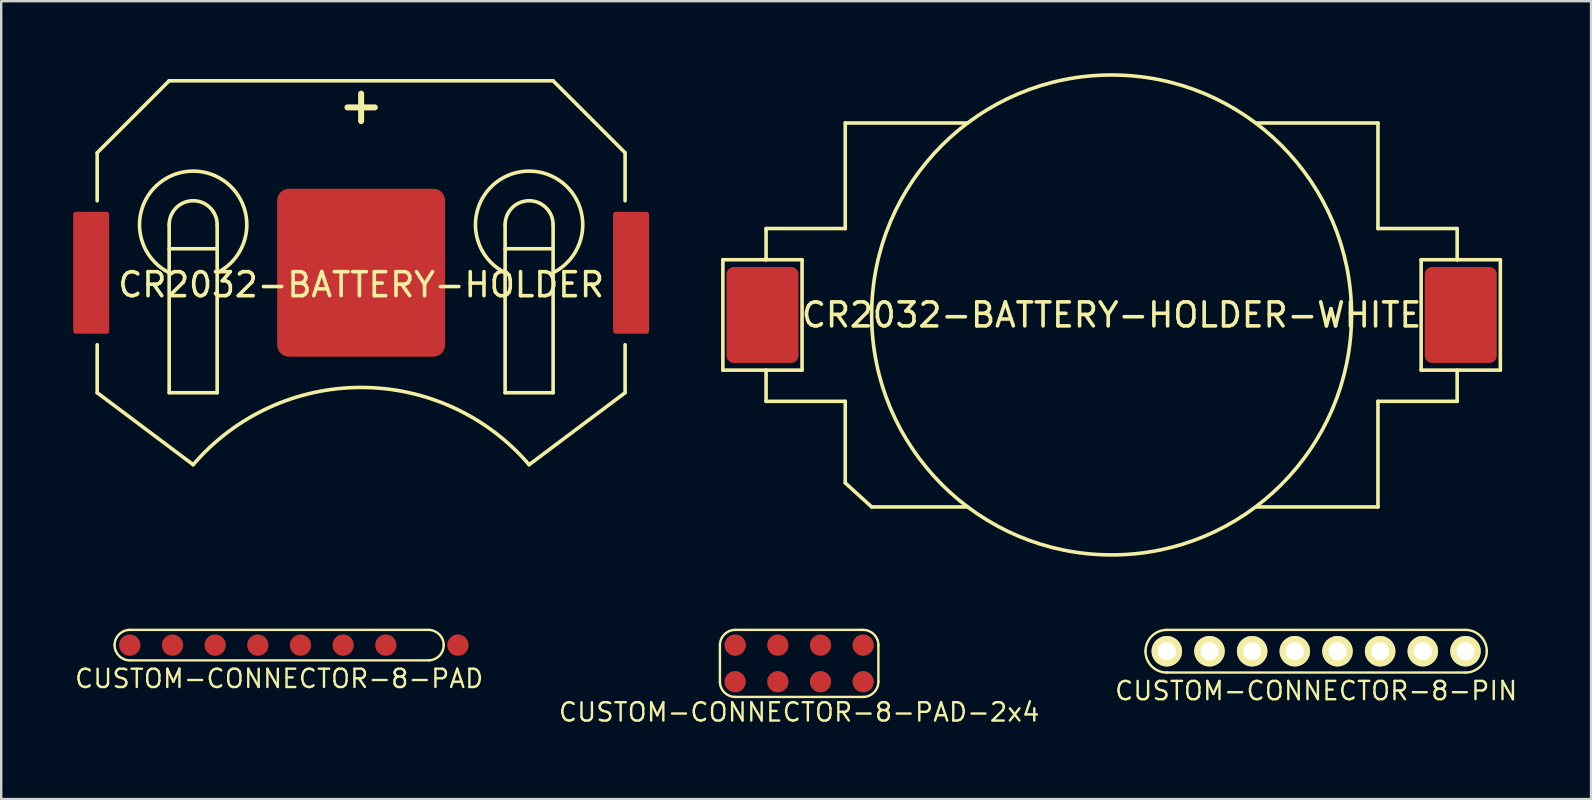
<source format=kicad_pcb>
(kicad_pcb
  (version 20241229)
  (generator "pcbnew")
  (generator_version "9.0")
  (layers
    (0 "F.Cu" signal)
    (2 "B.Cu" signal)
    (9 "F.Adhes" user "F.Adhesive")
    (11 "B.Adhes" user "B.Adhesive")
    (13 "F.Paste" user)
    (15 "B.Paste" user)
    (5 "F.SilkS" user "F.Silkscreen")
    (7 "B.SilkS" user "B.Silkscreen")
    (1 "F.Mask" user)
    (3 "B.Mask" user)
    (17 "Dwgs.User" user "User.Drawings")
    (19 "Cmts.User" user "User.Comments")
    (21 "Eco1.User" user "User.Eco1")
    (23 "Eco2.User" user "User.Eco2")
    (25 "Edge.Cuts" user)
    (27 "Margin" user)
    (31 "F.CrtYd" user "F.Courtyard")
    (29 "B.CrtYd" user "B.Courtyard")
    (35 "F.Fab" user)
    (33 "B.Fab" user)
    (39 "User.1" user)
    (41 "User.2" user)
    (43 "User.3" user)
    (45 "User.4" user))
  (footprint "CUSTOM-CONNECTOR-8-PAD"
    (layer "F.Cu")
    (at 8.583 23.835)
    (property "Reference" "CUSTOM-CONNECTOR-8-PAD" (at 0 1.397 0) (layer "F.SilkS") (effects (font (size 0.762 0.762) (thickness 0.1))))
    (attr through_hole)
    (fp_line (start -6.223 -0.635) (end 6.223 -0.635) (stroke (width 0.1) (type solid)) (layer "F.SilkS"))
    (fp_line (start 6.223 0.635) (end -6.223 0.635) (stroke (width 0.1) (type solid)) (layer "F.SilkS"))
    (fp_arc (start -6.858 0) (mid -6.672013 -0.449013) (end -6.223 -0.635) (stroke (width 0.1) (type solid)) (layer "F.SilkS"))
    (fp_arc (start -6.223 0.635) (mid -6.672013 0.449013) (end -6.858 0) (stroke (width 0.1) (type solid)) (layer "F.SilkS"))
    (fp_arc (start 6.223 -0.635) (mid 6.672013 -0.449013) (end 6.858 0) (stroke (width 0.1) (type solid)) (layer "F.SilkS"))
    (fp_arc (start 6.858 0) (mid 6.672013 0.449013) (end 6.223 0.635) (stroke (width 0.1) (type solid)) (layer "F.SilkS"))
    (pad "1" smd circle (at -6.224 0) (size 0.889 0.889) (layers "F.Cu" "F.Mask" "F.Paste"))
    (pad "2" smd circle (at -4.445 0) (size 0.889 0.889) (layers "F.Cu" "F.Mask" "F.Paste"))
    (pad "3" smd circle (at -2.667 0) (size 0.889 0.889) (layers "F.Cu" "F.Mask" "F.Paste"))
    (pad "4" smd circle (at -0.889 0) (size 0.889 0.889) (layers "F.Cu" "F.Mask" "F.Paste"))
    (pad "5" smd circle (at 0.889 0) (size 0.889 0.889) (layers "F.Cu" "F.Mask" "F.Paste"))
    (pad "6" smd circle (at 2.667 0) (size 0.889 0.889) (layers "F.Cu" "F.Mask" "F.Paste"))
    (pad "7" smd circle (at 4.446 0) (size 0.889 0.889) (layers "F.Cu" "F.Mask" "F.Paste"))
    (pad "8" smd circle (at 7.45 0) (size 0.889 0.889) (layers "F.Cu" "F.Mask" "F.Paste")))
  (footprint "CR2032-BATTERY-HOLDER"
    (layer "F.Cu")
    (at 12 8.316)
    (property "Reference" "CR2032-BATTERY-HOLDER" (at 0 0.5 0) (layer "F.SilkS") (effects (font (size 1 1) (thickness 0.15))))
    (attr through_hole)
    (fp_line (start -11 -5) (end -8 -8) (stroke (width 0.15) (type solid)) (layer "F.SilkS"))
    (fp_line (start -11 -3) (end -11 -5) (stroke (width 0.15) (type solid)) (layer "F.SilkS"))
    (fp_line (start -11 5) (end -11 3) (stroke (width 0.15) (type solid)) (layer "F.SilkS"))
    (fp_line (start -11 5) (end -7 8) (stroke (width 0.15) (type solid)) (layer "F.SilkS"))
    (fp_line (start -8 -8) (end 8 -8) (stroke (width 0.15) (type solid)) (layer "F.SilkS"))
    (fp_line (start -8 -2) (end -8 5) (stroke (width 0.15) (type solid)) (layer "F.SilkS"))
    (fp_line (start -8 -1) (end -6 -1) (stroke (width 0.15) (type solid)) (layer "F.SilkS"))
    (fp_line (start -8 5) (end -6 5) (stroke (width 0.15) (type solid)) (layer "F.SilkS"))
    (fp_line (start -6 5) (end -6 -2) (stroke (width 0.15) (type solid)) (layer "F.SilkS"))
    (fp_line (start 6 -2) (end 6 5) (stroke (width 0.15) (type solid)) (layer "F.SilkS"))
    (fp_line (start 6 -1) (end 8 -1) (stroke (width 0.15) (type solid)) (layer "F.SilkS"))
    (fp_line (start 6 5) (end 8 5) (stroke (width 0.15) (type solid)) (layer "F.SilkS"))
    (fp_line (start 8 5) (end 8 -2) (stroke (width 0.15) (type solid)) (layer "F.SilkS"))
    (fp_line (start 11 -5) (end 8 -8) (stroke (width 0.15) (type solid)) (layer "F.SilkS"))
    (fp_line (start 11 -5) (end 11 -3) (stroke (width 0.15) (type solid)) (layer "F.SilkS"))
    (fp_line (start 11 5) (end 7 8) (stroke (width 0.15) (type solid)) (layer "F.SilkS"))
    (fp_line (start 11 5) (end 11 3) (stroke (width 0.15) (type solid)) (layer "F.SilkS"))
    (fp_arc (start -8 -2) (mid -7 -3) (end -6 -2) (stroke (width 0.15) (type solid)) (layer "F.SilkS"))
    (fp_arc (start -7.999999 0) (mid -6.999999 -4.236066) (end -6 0) (stroke (width 0.15) (type solid)) (layer "F.SilkS"))
    (fp_arc (start -6.999999 8.000001) (mid 0 4.780457) (end 6.999999 8.000001) (stroke (width 0.15) (type solid)) (layer "F.SilkS"))
    (fp_arc (start 6 -2) (mid 7 -3) (end 8 -2) (stroke (width 0.15) (type solid)) (layer "F.SilkS"))
    (fp_arc (start 6 -0.000001) (mid 7 -4.236067) (end 7.999999 -0.000001) (stroke (width 0.15) (type solid)) (layer "F.SilkS"))
    (fp_text user "+" (at 0 -7 0) (layer "F.SilkS") (effects (font (size 1.5 1.5) (thickness 0.25))))
    (pad "1" smd roundrect (at -11.25 0) (size 1.5 5.08) (layers "F.Cu" "F.Mask" "F.Paste") (roundrect_rratio 0.07))
    (pad "1" smd roundrect (at 11.25 0) (size 1.5 5.08) (layers "F.Cu" "F.Mask" "F.Paste") (roundrect_rratio 0.07))
    (pad "2" smd roundrect (at 0 0) (size 7 7) (layers "F.Cu" "F.Mask") (roundrect_rratio 0.07)))
  (footprint "CR2032-BATTERY-HOLDER-WHITE"
    (layer "F.Cu")
    (at 43.275 10.075)
    (property "Reference" "CR2032-BATTERY-HOLDER-WHITE" (at 0 0 0) (layer "F.SilkS") (effects (font (size 1 1) (thickness 0.15))))
    (attr through_hole)
    (fp_line (start -16.2 -2.3) (end -16.2 2.3) (stroke (width 0.15) (type solid)) (layer "F.SilkS"))
    (fp_line (start -16.2 2.3) (end -12.9 2.3) (stroke (width 0.15) (type solid)) (layer "F.SilkS"))
    (fp_line (start -14.4 -2.3) (end -16.2 -2.3) (stroke (width 0.15) (type solid)) (layer "F.SilkS"))
    (fp_line (start -14.4 -2.3) (end -14.4 -3.6) (stroke (width 0.15) (type solid)) (layer "F.SilkS"))
    (fp_line (start -14.4 3.6) (end -14.4 2.3) (stroke (width 0.15) (type solid)) (layer "F.SilkS"))
    (fp_line (start -14.4 3.6) (end -11.1 3.6) (stroke (width 0.15) (type solid)) (layer "F.SilkS"))
    (fp_line (start -12.9 -2.3) (end -14.4 -2.3) (stroke (width 0.15) (type solid)) (layer "F.SilkS"))
    (fp_line (start -12.9 2.3) (end -12.9 -2.3) (stroke (width 0.15) (type solid)) (layer "F.SilkS"))
    (fp_line (start -11.1 -8) (end -11.1 -3.6) (stroke (width 0.15) (type solid)) (layer "F.SilkS"))
    (fp_line (start -11.1 -8) (end -6 -8) (stroke (width 0.15) (type solid)) (layer "F.SilkS"))
    (fp_line (start -11.1 -3.6) (end -14.4 -3.6) (stroke (width 0.15) (type solid)) (layer "F.SilkS"))
    (fp_line (start -11.1 3.6) (end -11.1 7) (stroke (width 0.15) (type solid)) (layer "F.SilkS"))
    (fp_line (start -11.1 7) (end -10 8) (stroke (width 0.15) (type solid)) (layer "F.SilkS"))
    (fp_line (start -10 8) (end -6 8) (stroke (width 0.15) (type solid)) (layer "F.SilkS"))
    (fp_line (start 11.1 -8) (end 6 -8) (stroke (width 0.15) (type solid)) (layer "F.SilkS"))
    (fp_line (start 11.1 -8) (end 11.1 -3.6) (stroke (width 0.15) (type solid)) (layer "F.SilkS"))
    (fp_line (start 11.1 -3.6) (end 14.4 -3.6) (stroke (width 0.15) (type solid)) (layer "F.SilkS"))
    (fp_line (start 11.1 3.6) (end 14.4 3.6) (stroke (width 0.15) (type solid)) (layer "F.SilkS"))
    (fp_line (start 11.1 8) (end 6 8) (stroke (width 0.15) (type solid)) (layer "F.SilkS"))
    (fp_line (start 11.1 8) (end 11.1 3.6) (stroke (width 0.15) (type solid)) (layer "F.SilkS"))
    (fp_line (start 12.9 -2.3) (end 14.4 -2.3) (stroke (width 0.15) (type solid)) (layer "F.SilkS"))
    (fp_line (start 12.9 2.3) (end 12.9 -2.3) (stroke (width 0.15) (type solid)) (layer "F.SilkS"))
    (fp_line (start 14.4 -3.6) (end 14.4 -2.3) (stroke (width 0.15) (type solid)) (layer "F.SilkS"))
    (fp_line (start 14.4 -2.3) (end 16.2 -2.3) (stroke (width 0.15) (type solid)) (layer "F.SilkS"))
    (fp_line (start 14.4 3.6) (end 14.4 2.3) (stroke (width 0.15) (type solid)) (layer "F.SilkS"))
    (fp_line (start 16.2 -2.3) (end 16.2 2.3) (stroke (width 0.15) (type solid)) (layer "F.SilkS"))
    (fp_line (start 16.2 2.3) (end 12.9 2.3) (stroke (width 0.15) (type solid)) (layer "F.SilkS"))
    (fp_circle (center 0 0) (end 0 -10) (stroke (width 0.15) (type solid)) (fill no) (layer "F.SilkS"))
    (pad "1" smd roundrect (at -14.55 0) (size 3 4) (layers "F.Cu" "F.Mask" "F.Paste") (roundrect_rratio 0.1))
    (pad "2" smd roundrect (at 14.55 0) (size 3 4) (layers "F.Cu" "F.Mask" "F.Paste") (roundrect_rratio 0.1)))
  (footprint "CUSTOM-CONNECTOR-8-PAD-2x4"
    (layer "F.Cu")
    (at 30.254 24.597)
    (property "Reference" "CUSTOM-CONNECTOR-8-PAD-2x4" (at 0 2.032 0) (layer "F.SilkS") (effects (font (size 0.762 0.762) (thickness 0.1))))
    (attr through_hole)
    (fp_line (start -3.302 0.762) (end -3.302 -0.762) (stroke (width 0.1) (type solid)) (layer "F.SilkS"))
    (fp_line (start -2.667 -1.397) (end 2.667 -1.397) (stroke (width 0.1) (type solid)) (layer "F.SilkS"))
    (fp_line (start 2.667 1.397) (end -2.667 1.397) (stroke (width 0.1) (type solid)) (layer "F.SilkS"))
    (fp_line (start 3.302 -0.762) (end 3.302 0.762) (stroke (width 0.1) (type solid)) (layer "F.SilkS"))
    (fp_arc (start -3.302 -0.762) (mid -3.116013 -1.211013) (end -2.667 -1.397) (stroke (width 0.1) (type solid)) (layer "F.SilkS"))
    (fp_arc (start -2.667 1.397) (mid -3.116013 1.211013) (end -3.302 0.762) (stroke (width 0.1) (type solid)) (layer "F.SilkS"))
    (fp_arc (start 2.667 -1.397) (mid 3.116013 -1.211013) (end 3.302 -0.762) (stroke (width 0.1) (type solid)) (layer "F.SilkS"))
    (fp_arc (start 3.302 0.762) (mid 3.116013 1.211013) (end 2.667 1.397) (stroke (width 0.1) (type solid)) (layer "F.SilkS"))
    (pad "1" smd circle (at -2.667 0.762) (size 0.889 0.889) (layers "F.Cu" "F.Mask" "F.Paste"))
    (pad "2" smd circle (at -2.667 -0.762) (size 0.889 0.889) (layers "F.Cu" "F.Mask" "F.Paste"))
    (pad "3" smd circle (at -0.889 0.762) (size 0.889 0.889) (layers "F.Cu" "F.Mask" "F.Paste"))
    (pad "4" smd circle (at -0.889 -0.762) (size 0.889 0.889) (layers "F.Cu" "F.Mask" "F.Paste"))
    (pad "5" smd circle (at 0.889 0.762) (size 0.889 0.889) (layers "F.Cu" "F.Mask" "F.Paste"))
    (pad "6" smd circle (at 0.889 -0.762) (size 0.889 0.889) (layers "F.Cu" "F.Mask" "F.Paste"))
    (pad "7" smd circle (at 2.667 0.762) (size 0.889 0.889) (layers "F.Cu" "F.Mask" "F.Paste"))
    (pad "8" smd circle (at 2.667 -0.762) (size 0.889 0.889) (layers "F.Cu" "F.Mask" "F.Paste")))
  (footprint "CUSTOM-CONNECTOR-8-PIN"
    (layer "F.Cu")
    (at 51.799 24.089)
    (property "Reference" "CUSTOM-CONNECTOR-8-PIN" (at 0 1.651 0) (layer "F.SilkS") (effects (font (size 0.762 0.762) (thickness 0.1))))
    (attr through_hole)
    (fp_line (start -6.223 0.889) (end 6.223 0.889) (stroke (width 0.1) (type solid)) (layer "F.SilkS"))
    (fp_line (start 6.223 -0.889) (end -6.223 -0.889) (stroke (width 0.1) (type solid)) (layer "F.SilkS"))
    (fp_arc (start -7.112 0) (mid -6.851618 -0.628618) (end -6.223 -0.889) (stroke (width 0.1) (type solid)) (layer "F.SilkS"))
    (fp_arc (start -6.223 0.889) (mid -6.851618 0.628618) (end -7.112 0) (stroke (width 0.1) (type solid)) (layer "F.SilkS"))
    (fp_arc (start 6.223 -0.889) (mid 6.851618 -0.628618) (end 7.112 0) (stroke (width 0.1) (type solid)) (layer "F.SilkS"))
    (fp_arc (start 7.112 0) (mid 6.851618 0.628618) (end 6.223 0.889) (stroke (width 0.1) (type solid)) (layer "F.SilkS"))
    (pad "1" thru_hole circle (at -6.223 0) (size 1.27 1.27) (drill 0.762) (layers "*.Cu" "*.Mask" "F.SilkS"))
    (pad "2" thru_hole circle (at -4.445 0) (size 1.27 1.27) (drill 0.762) (layers "*.Cu" "*.Mask" "F.SilkS"))
    (pad "3" thru_hole circle (at -2.667 0) (size 1.27 1.27) (drill 0.762) (layers "*.Cu" "*.Mask" "F.SilkS"))
    (pad "4" thru_hole circle (at -0.889 0) (size 1.27 1.27) (drill 0.762) (layers "*.Cu" "*.Mask" "F.SilkS"))
    (pad "5" thru_hole circle (at 0.889 0) (size 1.27 1.27) (drill 0.762) (layers "*.Cu" "*.Mask" "F.SilkS"))
    (pad "6" thru_hole circle (at 2.667 0) (size 1.27 1.27) (drill 0.762) (layers "*.Cu" "*.Mask" "F.SilkS"))
    (pad "7" thru_hole circle (at 4.445 0) (size 1.27 1.27) (drill 0.762) (layers "*.Cu" "*.Mask" "F.SilkS"))
    (pad "8" thru_hole circle (at 6.223 0) (size 1.27 1.27) (drill 0.762) (layers "*.Cu" "*.Mask" "F.SilkS")))
  (gr_rect
    (start -3 -3)
    (end 63.255 30.25)
    (stroke (width 0.1) (type default))
    (fill no)
    (layer "Edge.Cuts")))
</source>
